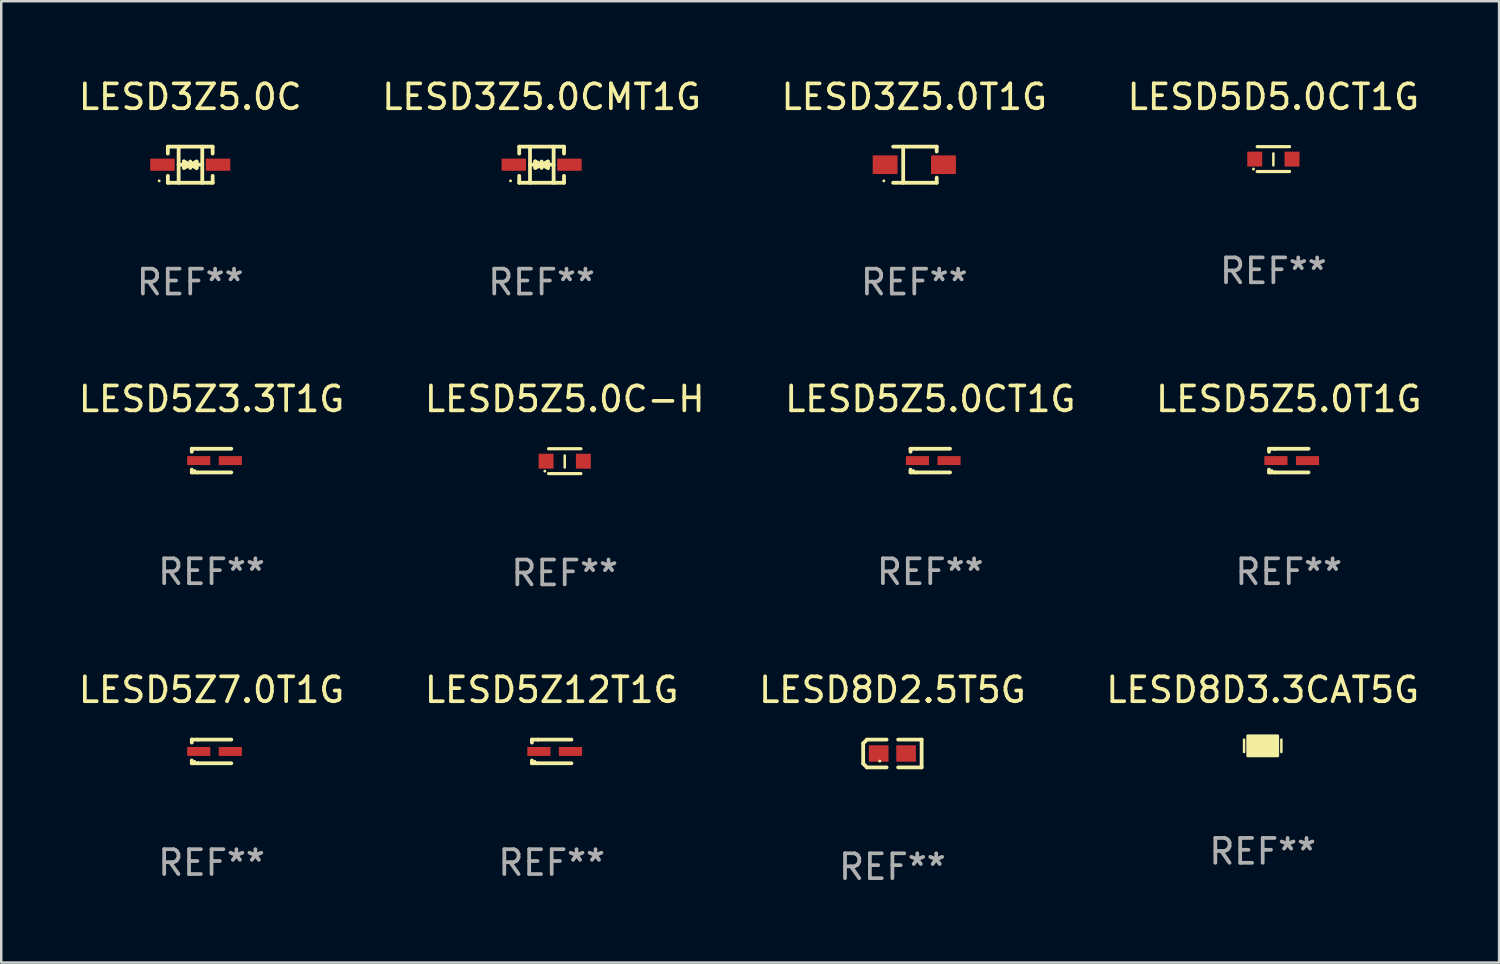
<source format=kicad_pcb>
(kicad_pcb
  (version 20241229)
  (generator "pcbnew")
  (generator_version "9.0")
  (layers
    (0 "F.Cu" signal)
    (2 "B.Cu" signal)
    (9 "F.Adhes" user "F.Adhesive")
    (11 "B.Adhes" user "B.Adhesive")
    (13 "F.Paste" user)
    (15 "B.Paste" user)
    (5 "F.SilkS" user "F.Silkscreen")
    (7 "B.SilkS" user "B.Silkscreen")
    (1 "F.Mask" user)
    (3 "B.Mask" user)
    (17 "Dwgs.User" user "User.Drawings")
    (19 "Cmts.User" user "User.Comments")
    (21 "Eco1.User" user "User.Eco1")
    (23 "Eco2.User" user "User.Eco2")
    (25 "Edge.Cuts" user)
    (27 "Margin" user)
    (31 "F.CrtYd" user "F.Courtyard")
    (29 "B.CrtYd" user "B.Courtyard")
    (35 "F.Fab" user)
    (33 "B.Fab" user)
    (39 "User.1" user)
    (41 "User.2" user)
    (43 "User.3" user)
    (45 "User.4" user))
  (footprint "LESD8D2.5T5G"
    (layer "F.Cu")
    (at 32.839 27.253)
    (property "Reference" "LESD8D2.5T5G" (at 0 -2.559 0) (layer "F.SilkS") (effects (font (size 1 1) (thickness 0.15))))
    (attr through_hole)
    (fp_line (start -1.175 -0.407) (end -1.023 -0.559) (stroke (width 0.152) (type solid)) (layer "F.SilkS"))
    (fp_line (start -1.175 0.407) (end -1.175 -0.407) (stroke (width 0.152) (type solid)) (layer "F.SilkS"))
    (fp_line (start -1.023 -0.559) (end -0.232 -0.559) (stroke (width 0.152) (type solid)) (layer "F.SilkS"))
    (fp_line (start -1.023 0.559) (end -1.175 0.407) (stroke (width 0.152) (type solid)) (layer "F.SilkS"))
    (fp_line (start -0.232 0.559) (end -1.023 0.559) (stroke (width 0.152) (type solid)) (layer "F.SilkS"))
    (fp_line (start 0.232 0.559) (end 1.175 0.559) (stroke (width 0.152) (type solid)) (layer "F.SilkS"))
    (fp_line (start 1.175 -0.559) (end 0.232 -0.559) (stroke (width 0.152) (type solid)) (layer "F.SilkS"))
    (fp_line (start 1.175 0.559) (end 1.175 -0.559) (stroke (width 0.152) (type solid)) (layer "F.SilkS"))
    (fp_circle (center -0.506 0.306) (end -0.476 0.306) (stroke (width 0.06) (type solid)) (fill no) (layer "F.SilkS"))
    (fp_text user "REF**" (at 0 4.559 0) (layer "F.Fab") (effects (font (size 1 1) (thickness 0.15))))
    (pad "1" smd rect (at -0.551 0) (size 0.79 0.661) (layers "F.Cu" "F.Mask" "F.Paste"))
    (pad "2" smd rect (at 0.551 0) (size 0.79 0.661) (layers "F.Cu" "F.Mask" "F.Paste")))
  (footprint "LESD3Z5.0CMT1G"
    (layer "F.Cu")
    (at 18.732 3.574)
    (property "Reference" "LESD3Z5.0CMT1G" (at 0 -2.726 0) (layer "F.SilkS") (effects (font (size 1 1) (thickness 0.15))))
    (attr through_hole)
    (fp_line (start -0.901 -0.726) (end -0.901 -0.448) (stroke (width 0.152) (type solid)) (layer "F.SilkS"))
    (fp_line (start -0.901 0.726) (end -0.901 0.448) (stroke (width 0.152) (type solid)) (layer "F.SilkS"))
    (fp_line (start -0.467 0) (end 0.483 -0.003) (stroke (width 0.154) (type solid)) (layer "F.SilkS"))
    (fp_line (start -0.467 0.726) (end -0.467 -0.726) (stroke (width 0.152) (type solid)) (layer "F.SilkS"))
    (fp_line (start -0.254 -0.127) (end -0.254 -0.127) (stroke (width 0.154) (type solid)) (layer "F.SilkS"))
    (fp_line (start -0.254 -0.127) (end -0.002 -0.003) (stroke (width 0.154) (type solid)) (layer "F.SilkS"))
    (fp_line (start -0.254 0.127) (end -0.254 -0.127) (stroke (width 0.154) (type solid)) (layer "F.SilkS"))
    (fp_line (start -0.127 0) (end 0.003 0) (stroke (width 0.154) (type solid)) (layer "F.SilkS"))
    (fp_line (start -0.003 0) (end -0.254 0.127) (stroke (width 0.154) (type solid)) (layer "F.SilkS"))
    (fp_line (start 0 -0.127) (end 0 0.127) (stroke (width 0.154) (type solid)) (layer "F.SilkS"))
    (fp_line (start 0.003 0) (end 0.254 -0.127) (stroke (width 0.154) (type solid)) (layer "F.SilkS"))
    (fp_line (start 0.127 0) (end -0.003 0) (stroke (width 0.154) (type solid)) (layer "F.SilkS"))
    (fp_line (start 0.254 -0.127) (end 0.254 0.127) (stroke (width 0.154) (type solid)) (layer "F.SilkS"))
    (fp_line (start 0.254 0.127) (end 0.002 0.003) (stroke (width 0.154) (type solid)) (layer "F.SilkS"))
    (fp_line (start 0.254 0.127) (end 0.254 0.127) (stroke (width 0.154) (type solid)) (layer "F.SilkS"))
    (fp_line (start 0.483 0.726) (end 0.483 -0.726) (stroke (width 0.152) (type solid)) (layer "F.SilkS"))
    (fp_line (start 0.901 -0.726) (end -0.901 -0.726) (stroke (width 0.152) (type solid)) (layer "F.SilkS"))
    (fp_line (start 0.901 -0.726) (end 0.901 -0.448) (stroke (width 0.152) (type solid)) (layer "F.SilkS"))
    (fp_line (start 0.901 0.726) (end -0.901 0.726) (stroke (width 0.152) (type solid)) (layer "F.SilkS"))
    (fp_line (start 0.901 0.726) (end 0.901 0.448) (stroke (width 0.152) (type solid)) (layer "F.SilkS"))
    (fp_circle (center -1.25 0.65) (end -1.22 0.65) (stroke (width 0.06) (type solid)) (fill no) (layer "F.SilkS"))
    (fp_text user "REF**" (at 0 4.726 0) (layer "F.Fab") (effects (font (size 1 1) (thickness 0.15))))
    (pad "1" smd rect (at -1.118 0) (size 0.985 0.49) (layers "F.Cu" "F.Mask" "F.Paste"))
    (pad "2" smd rect (at 1.118 0) (size 0.985 0.49) (layers "F.Cu" "F.Mask" "F.Paste")))
  (footprint "LESD5Z3.3T1G"
    (layer "F.Cu")
    (at 5.458 15.473)
    (property "Reference" "LESD5Z3.3T1G" (at 0 -2.476 0) (layer "F.SilkS") (effects (font (size 1 1) (thickness 0.15))))
    (attr through_hole)
    (fp_line (start -0.795 -0.476) (end -0.795 -0.356) (stroke (width 0.152) (type solid)) (layer "F.SilkS"))
    (fp_line (start -0.795 0.363) (end -0.795 0.476) (stroke (width 0.152) (type solid)) (layer "F.SilkS"))
    (fp_line (start -0.795 0.476) (end -0.557 0.476) (stroke (width 0.152) (type solid)) (layer "F.SilkS"))
    (fp_line (start -0.557 -0.476) (end -0.795 -0.476) (stroke (width 0.152) (type solid)) (layer "F.SilkS"))
    (fp_line (start -0.557 -0.476) (end 0.795 -0.476) (stroke (width 0.152) (type solid)) (layer "F.SilkS"))
    (fp_line (start -0.557 0.476) (end 0.795 0.476) (stroke (width 0.152) (type solid)) (layer "F.SilkS"))
    (fp_circle (center -0.681 0.4) (end -0.651 0.4) (stroke (width 0.06) (type solid)) (fill no) (layer "F.SilkS"))
    (fp_text user "REF**" (at 0 4.476 0) (layer "F.Fab") (effects (font (size 1 1) (thickness 0.15))))
    (pad "1" smd rect (at -0.516 0 180) (size 0.93 0.36) (layers "F.Cu" "F.Mask" "F.Paste"))
    (pad "2" smd rect (at 0.754 0 180) (size 0.93 0.36) (layers "F.Cu" "F.Mask" "F.Paste")))
  (footprint "LESD3Z5.0C"
    (layer "F.Cu")
    (at 4.601 3.574)
    (property "Reference" "LESD3Z5.0C" (at 0 -2.726 0) (layer "F.SilkS") (effects (font (size 1 1) (thickness 0.15))))
    (attr through_hole)
    (fp_line (start -0.901 -0.726) (end -0.901 -0.448) (stroke (width 0.152) (type solid)) (layer "F.SilkS"))
    (fp_line (start -0.901 0.726) (end -0.901 0.448) (stroke (width 0.152) (type solid)) (layer "F.SilkS"))
    (fp_line (start -0.467 0) (end 0.483 -0.003) (stroke (width 0.154) (type solid)) (layer "F.SilkS"))
    (fp_line (start -0.467 0.726) (end -0.467 -0.726) (stroke (width 0.152) (type solid)) (layer "F.SilkS"))
    (fp_line (start -0.254 -0.127) (end -0.254 -0.127) (stroke (width 0.154) (type solid)) (layer "F.SilkS"))
    (fp_line (start -0.254 -0.127) (end -0.002 -0.003) (stroke (width 0.154) (type solid)) (layer "F.SilkS"))
    (fp_line (start -0.254 0.127) (end -0.254 -0.127) (stroke (width 0.154) (type solid)) (layer "F.SilkS"))
    (fp_line (start -0.127 0) (end 0.003 0) (stroke (width 0.154) (type solid)) (layer "F.SilkS"))
    (fp_line (start -0.003 0) (end -0.254 0.127) (stroke (width 0.154) (type solid)) (layer "F.SilkS"))
    (fp_line (start 0 -0.127) (end 0 0.127) (stroke (width 0.154) (type solid)) (layer "F.SilkS"))
    (fp_line (start 0.003 0) (end 0.254 -0.127) (stroke (width 0.154) (type solid)) (layer "F.SilkS"))
    (fp_line (start 0.127 0) (end -0.003 0) (stroke (width 0.154) (type solid)) (layer "F.SilkS"))
    (fp_line (start 0.254 -0.127) (end 0.254 0.127) (stroke (width 0.154) (type solid)) (layer "F.SilkS"))
    (fp_line (start 0.254 0.127) (end 0.002 0.003) (stroke (width 0.154) (type solid)) (layer "F.SilkS"))
    (fp_line (start 0.254 0.127) (end 0.254 0.127) (stroke (width 0.154) (type solid)) (layer "F.SilkS"))
    (fp_line (start 0.483 0.726) (end 0.483 -0.726) (stroke (width 0.152) (type solid)) (layer "F.SilkS"))
    (fp_line (start 0.901 -0.726) (end -0.901 -0.726) (stroke (width 0.152) (type solid)) (layer "F.SilkS"))
    (fp_line (start 0.901 -0.726) (end 0.901 -0.448) (stroke (width 0.152) (type solid)) (layer "F.SilkS"))
    (fp_line (start 0.901 0.726) (end -0.901 0.726) (stroke (width 0.152) (type solid)) (layer "F.SilkS"))
    (fp_line (start 0.901 0.726) (end 0.901 0.448) (stroke (width 0.152) (type solid)) (layer "F.SilkS"))
    (fp_circle (center -1.25 0.65) (end -1.22 0.65) (stroke (width 0.06) (type solid)) (fill no) (layer "F.SilkS"))
    (fp_text user "REF**" (at 0 4.726 0) (layer "F.Fab") (effects (font (size 1 1) (thickness 0.15))))
    (pad "1" smd rect (at -1.118 0) (size 0.985 0.49) (layers "F.Cu" "F.Mask" "F.Paste"))
    (pad "2" smd rect (at 1.118 0) (size 0.985 0.49) (layers "F.Cu" "F.Mask" "F.Paste")))
  (footprint "LESD5Z5.0C-H"
    (layer "F.Cu")
    (at 19.661 15.497)
    (property "Reference" "LESD5Z5.0C-H" (at 0 -2.5 0) (layer "F.SilkS") (effects (font (size 1 1) (thickness 0.15))))
    (attr through_hole)
    (fp_line (start -0.65 -0.5) (end 0.65 -0.5) (stroke (width 0.13) (type solid)) (layer "F.SilkS"))
    (fp_line (start -0.65 0.5) (end 0.65 0.5) (stroke (width 0.13) (type solid)) (layer "F.SilkS"))
    (fp_line (start 0 -0.229) (end 0 0.254) (stroke (width 0.1) (type solid)) (layer "F.SilkS"))
    (fp_circle (center -0.8 0.4) (end -0.77 0.4) (stroke (width 0.06) (type solid)) (fill no) (layer "F.SilkS"))
    (fp_text user "REF**" (at 0 4.5 0) (layer "F.Fab") (effects (font (size 1 1) (thickness 0.15))))
    (pad "1" smd rect (at -0.75 0) (size 0.6 0.6) (layers "F.Cu" "F.Mask" "F.Paste"))
    (pad "2" smd rect (at 0.75 0 180) (size 0.6 0.6) (layers "F.Cu" "F.Mask" "F.Paste")))
  (footprint "LESD3Z5.0T1G"
    (layer "F.Cu")
    (at 33.72 3.574)
    (property "Reference" "LESD3Z5.0T1G" (at 0 -2.726 0) (layer "F.SilkS") (effects (font (size 1 1) (thickness 0.15))))
    (attr through_hole)
    (fp_line (start -0.851 -0.726) (end 0.901 -0.726) (stroke (width 0.152) (type solid)) (layer "F.SilkS"))
    (fp_line (start -0.851 0.726) (end 0.901 0.726) (stroke (width 0.152) (type solid)) (layer "F.SilkS"))
    (fp_line (start -0.447 -0.726) (end -0.447 0.726) (stroke (width 0.152) (type solid)) (layer "F.SilkS"))
    (fp_line (start 0.901 -0.726) (end 0.901 -0.53) (stroke (width 0.152) (type solid)) (layer "F.SilkS"))
    (fp_line (start 0.901 0.726) (end 0.901 0.52) (stroke (width 0.152) (type solid)) (layer "F.SilkS"))
    (fp_circle (center -1.225 0.65) (end -1.195 0.65) (stroke (width 0.06) (type solid)) (fill no) (layer "F.SilkS"))
    (fp_text user "REF**" (at 0 4.726 0) (layer "F.Fab") (effects (font (size 1 1) (thickness 0.15))))
    (pad "1" smd rect (at -1.173 0) (size 1 0.75) (layers "F.Cu" "F.Mask" "F.Paste"))
    (pad "2" smd rect (at 1.173 0) (size 1 0.75) (layers "F.Cu" "F.Mask" "F.Paste")))
  (footprint "LESD5Z12T1G"
    (layer "F.Cu")
    (at 19.137 27.17)
    (property "Reference" "LESD5Z12T1G" (at 0 -2.476 0) (layer "F.SilkS") (effects (font (size 1 1) (thickness 0.15))))
    (attr through_hole)
    (fp_line (start -0.795 -0.476) (end -0.795 -0.356) (stroke (width 0.152) (type solid)) (layer "F.SilkS"))
    (fp_line (start -0.795 0.363) (end -0.795 0.476) (stroke (width 0.152) (type solid)) (layer "F.SilkS"))
    (fp_line (start -0.795 0.476) (end -0.557 0.476) (stroke (width 0.152) (type solid)) (layer "F.SilkS"))
    (fp_line (start -0.557 -0.476) (end -0.795 -0.476) (stroke (width 0.152) (type solid)) (layer "F.SilkS"))
    (fp_line (start -0.557 -0.476) (end 0.795 -0.476) (stroke (width 0.152) (type solid)) (layer "F.SilkS"))
    (fp_line (start -0.557 0.476) (end 0.795 0.476) (stroke (width 0.152) (type solid)) (layer "F.SilkS"))
    (fp_circle (center -0.681 0.4) (end -0.651 0.4) (stroke (width 0.06) (type solid)) (fill no) (layer "F.SilkS"))
    (fp_text user "REF**" (at 0 4.476 0) (layer "F.Fab") (effects (font (size 1 1) (thickness 0.15))))
    (pad "1" smd rect (at -0.516 0 180) (size 0.93 0.36) (layers "F.Cu" "F.Mask" "F.Paste"))
    (pad "2" smd rect (at 0.754 0 180) (size 0.93 0.36) (layers "F.Cu" "F.Mask" "F.Paste")))
  (footprint "LESD5D5.0CT1G"
    (layer "F.Cu")
    (at 48.161 3.348)
    (property "Reference" "LESD5D5.0CT1G" (at 0 -2.5 0) (layer "F.SilkS") (effects (font (size 1 1) (thickness 0.15))))
    (attr through_hole)
    (fp_line (start -0.65 -0.5) (end 0.65 -0.5) (stroke (width 0.13) (type solid)) (layer "F.SilkS"))
    (fp_line (start -0.65 0.5) (end 0.65 0.5) (stroke (width 0.13) (type solid)) (layer "F.SilkS"))
    (fp_line (start 0 -0.229) (end 0 0.254) (stroke (width 0.1) (type solid)) (layer "F.SilkS"))
    (fp_circle (center -0.8 0.4) (end -0.77 0.4) (stroke (width 0.06) (type solid)) (fill no) (layer "F.SilkS"))
    (fp_text user "REF**" (at 0 4.5 0) (layer "F.Fab") (effects (font (size 1 1) (thickness 0.15))))
    (pad "1" smd rect (at -0.75 0) (size 0.6 0.6) (layers "F.Cu" "F.Mask" "F.Paste"))
    (pad "2" smd rect (at 0.75 0 180) (size 0.6 0.6) (layers "F.Cu" "F.Mask" "F.Paste")))
  (footprint "LESD5Z5.0CT1G"
    (layer "F.Cu")
    (at 34.363 15.473)
    (property "Reference" "LESD5Z5.0CT1G" (at 0 -2.476 0) (layer "F.SilkS") (effects (font (size 1 1) (thickness 0.15))))
    (attr through_hole)
    (fp_line (start -0.795 -0.476) (end -0.795 -0.356) (stroke (width 0.152) (type solid)) (layer "F.SilkS"))
    (fp_line (start -0.795 0.363) (end -0.795 0.476) (stroke (width 0.152) (type solid)) (layer "F.SilkS"))
    (fp_line (start -0.795 0.476) (end -0.557 0.476) (stroke (width 0.152) (type solid)) (layer "F.SilkS"))
    (fp_line (start -0.557 -0.476) (end -0.795 -0.476) (stroke (width 0.152) (type solid)) (layer "F.SilkS"))
    (fp_line (start -0.557 -0.476) (end 0.795 -0.476) (stroke (width 0.152) (type solid)) (layer "F.SilkS"))
    (fp_line (start -0.557 0.476) (end 0.795 0.476) (stroke (width 0.152) (type solid)) (layer "F.SilkS"))
    (fp_circle (center -0.681 0.4) (end -0.651 0.4) (stroke (width 0.06) (type solid)) (fill no) (layer "F.SilkS"))
    (fp_text user "REF**" (at 0 4.476 0) (layer "F.Fab") (effects (font (size 1 1) (thickness 0.15))))
    (pad "1" smd rect (at -0.516 0 180) (size 0.93 0.36) (layers "F.Cu" "F.Mask" "F.Paste"))
    (pad "2" smd rect (at 0.754 0 180) (size 0.93 0.36) (layers "F.Cu" "F.Mask" "F.Paste")))
  (footprint "LESD8D3.3CAT5G"
    (layer "F.Cu")
    (at 47.732 26.944)
    (property "Reference" "LESD8D3.3CAT5G" (at 0 -2.25 0) (layer "F.SilkS") (effects (font (size 1 1) (thickness 0.15))))
    (attr through_hole)
    (fp_line (start -0.75 0.25) (end -0.75 -0.25) (stroke (width 0.1) (type solid)) (layer "F.SilkS"))
    (fp_line (start 0.75 -0.25) (end 0.75 0.25) (stroke (width 0.1) (type solid)) (layer "F.SilkS"))
    (fp_circle (center -0.5 0.3) (end -0.47 0.3) (stroke (width 0.06) (type solid)) (fill no) (layer "F.SilkS"))
    (fp_poly (pts (xy -0.6 -0.4) (xy 0.6 -0.4) (xy 0.6 0.4) (xy -0.6 0.4)) (stroke (width 0.12) (type solid)) (fill yes) (layer "F.SilkS"))
    (fp_text user "REF**" (at 0 4.25 0) (layer "F.Fab") (effects (font (size 1 1) (thickness 0.15))))
    (pad "1" smd rect (at -0.325 -0.000013) (size 0.3 0.6) (layers "F.Cu" "F.Mask" "F.Paste"))
    (pad "2" smd rect (at 0.325 -0.000013) (size 0.3 0.6) (layers "F.Cu" "F.Mask" "F.Paste")))
  (footprint "LESD5Z5.0T1G"
    (layer "F.Cu")
    (at 48.78 15.473)
    (property "Reference" "LESD5Z5.0T1G" (at 0 -2.476 0) (layer "F.SilkS") (effects (font (size 1 1) (thickness 0.15))))
    (attr through_hole)
    (fp_line (start -0.795 -0.476) (end -0.795 -0.356) (stroke (width 0.152) (type solid)) (layer "F.SilkS"))
    (fp_line (start -0.795 0.363) (end -0.795 0.476) (stroke (width 0.152) (type solid)) (layer "F.SilkS"))
    (fp_line (start -0.795 0.476) (end -0.557 0.476) (stroke (width 0.152) (type solid)) (layer "F.SilkS"))
    (fp_line (start -0.557 -0.476) (end -0.795 -0.476) (stroke (width 0.152) (type solid)) (layer "F.SilkS"))
    (fp_line (start -0.557 -0.476) (end 0.795 -0.476) (stroke (width 0.152) (type solid)) (layer "F.SilkS"))
    (fp_line (start -0.557 0.476) (end 0.795 0.476) (stroke (width 0.152) (type solid)) (layer "F.SilkS"))
    (fp_circle (center -0.681 0.4) (end -0.651 0.4) (stroke (width 0.06) (type solid)) (fill no) (layer "F.SilkS"))
    (fp_text user "REF**" (at 0 4.476 0) (layer "F.Fab") (effects (font (size 1 1) (thickness 0.15))))
    (pad "1" smd rect (at -0.516 0 180) (size 0.93 0.36) (layers "F.Cu" "F.Mask" "F.Paste"))
    (pad "2" smd rect (at 0.754 0 180) (size 0.93 0.36) (layers "F.Cu" "F.Mask" "F.Paste")))
  (footprint "LESD5Z7.0T1G"
    (layer "F.Cu")
    (at 5.458 27.17)
    (property "Reference" "LESD5Z7.0T1G" (at 0 -2.476 0) (layer "F.SilkS") (effects (font (size 1 1) (thickness 0.15))))
    (attr through_hole)
    (fp_line (start -0.795 -0.476) (end -0.795 -0.356) (stroke (width 0.152) (type solid)) (layer "F.SilkS"))
    (fp_line (start -0.795 0.363) (end -0.795 0.476) (stroke (width 0.152) (type solid)) (layer "F.SilkS"))
    (fp_line (start -0.795 0.476) (end -0.557 0.476) (stroke (width 0.152) (type solid)) (layer "F.SilkS"))
    (fp_line (start -0.557 -0.476) (end -0.795 -0.476) (stroke (width 0.152) (type solid)) (layer "F.SilkS"))
    (fp_line (start -0.557 -0.476) (end 0.795 -0.476) (stroke (width 0.152) (type solid)) (layer "F.SilkS"))
    (fp_line (start -0.557 0.476) (end 0.795 0.476) (stroke (width 0.152) (type solid)) (layer "F.SilkS"))
    (fp_circle (center -0.681 0.4) (end -0.651 0.4) (stroke (width 0.06) (type solid)) (fill no) (layer "F.SilkS"))
    (fp_text user "REF**" (at 0 4.476 0) (layer "F.Fab") (effects (font (size 1 1) (thickness 0.15))))
    (pad "1" smd rect (at -0.516 0 180) (size 0.93 0.36) (layers "F.Cu" "F.Mask" "F.Paste"))
    (pad "2" smd rect (at 0.754 0 180) (size 0.93 0.36) (layers "F.Cu" "F.Mask" "F.Paste")))
  (gr_rect
    (start -3 -3)
    (end 57.238 35.661)
    (stroke (width 0.1) (type default))
    (fill no)
    (layer "Edge.Cuts")))
</source>
